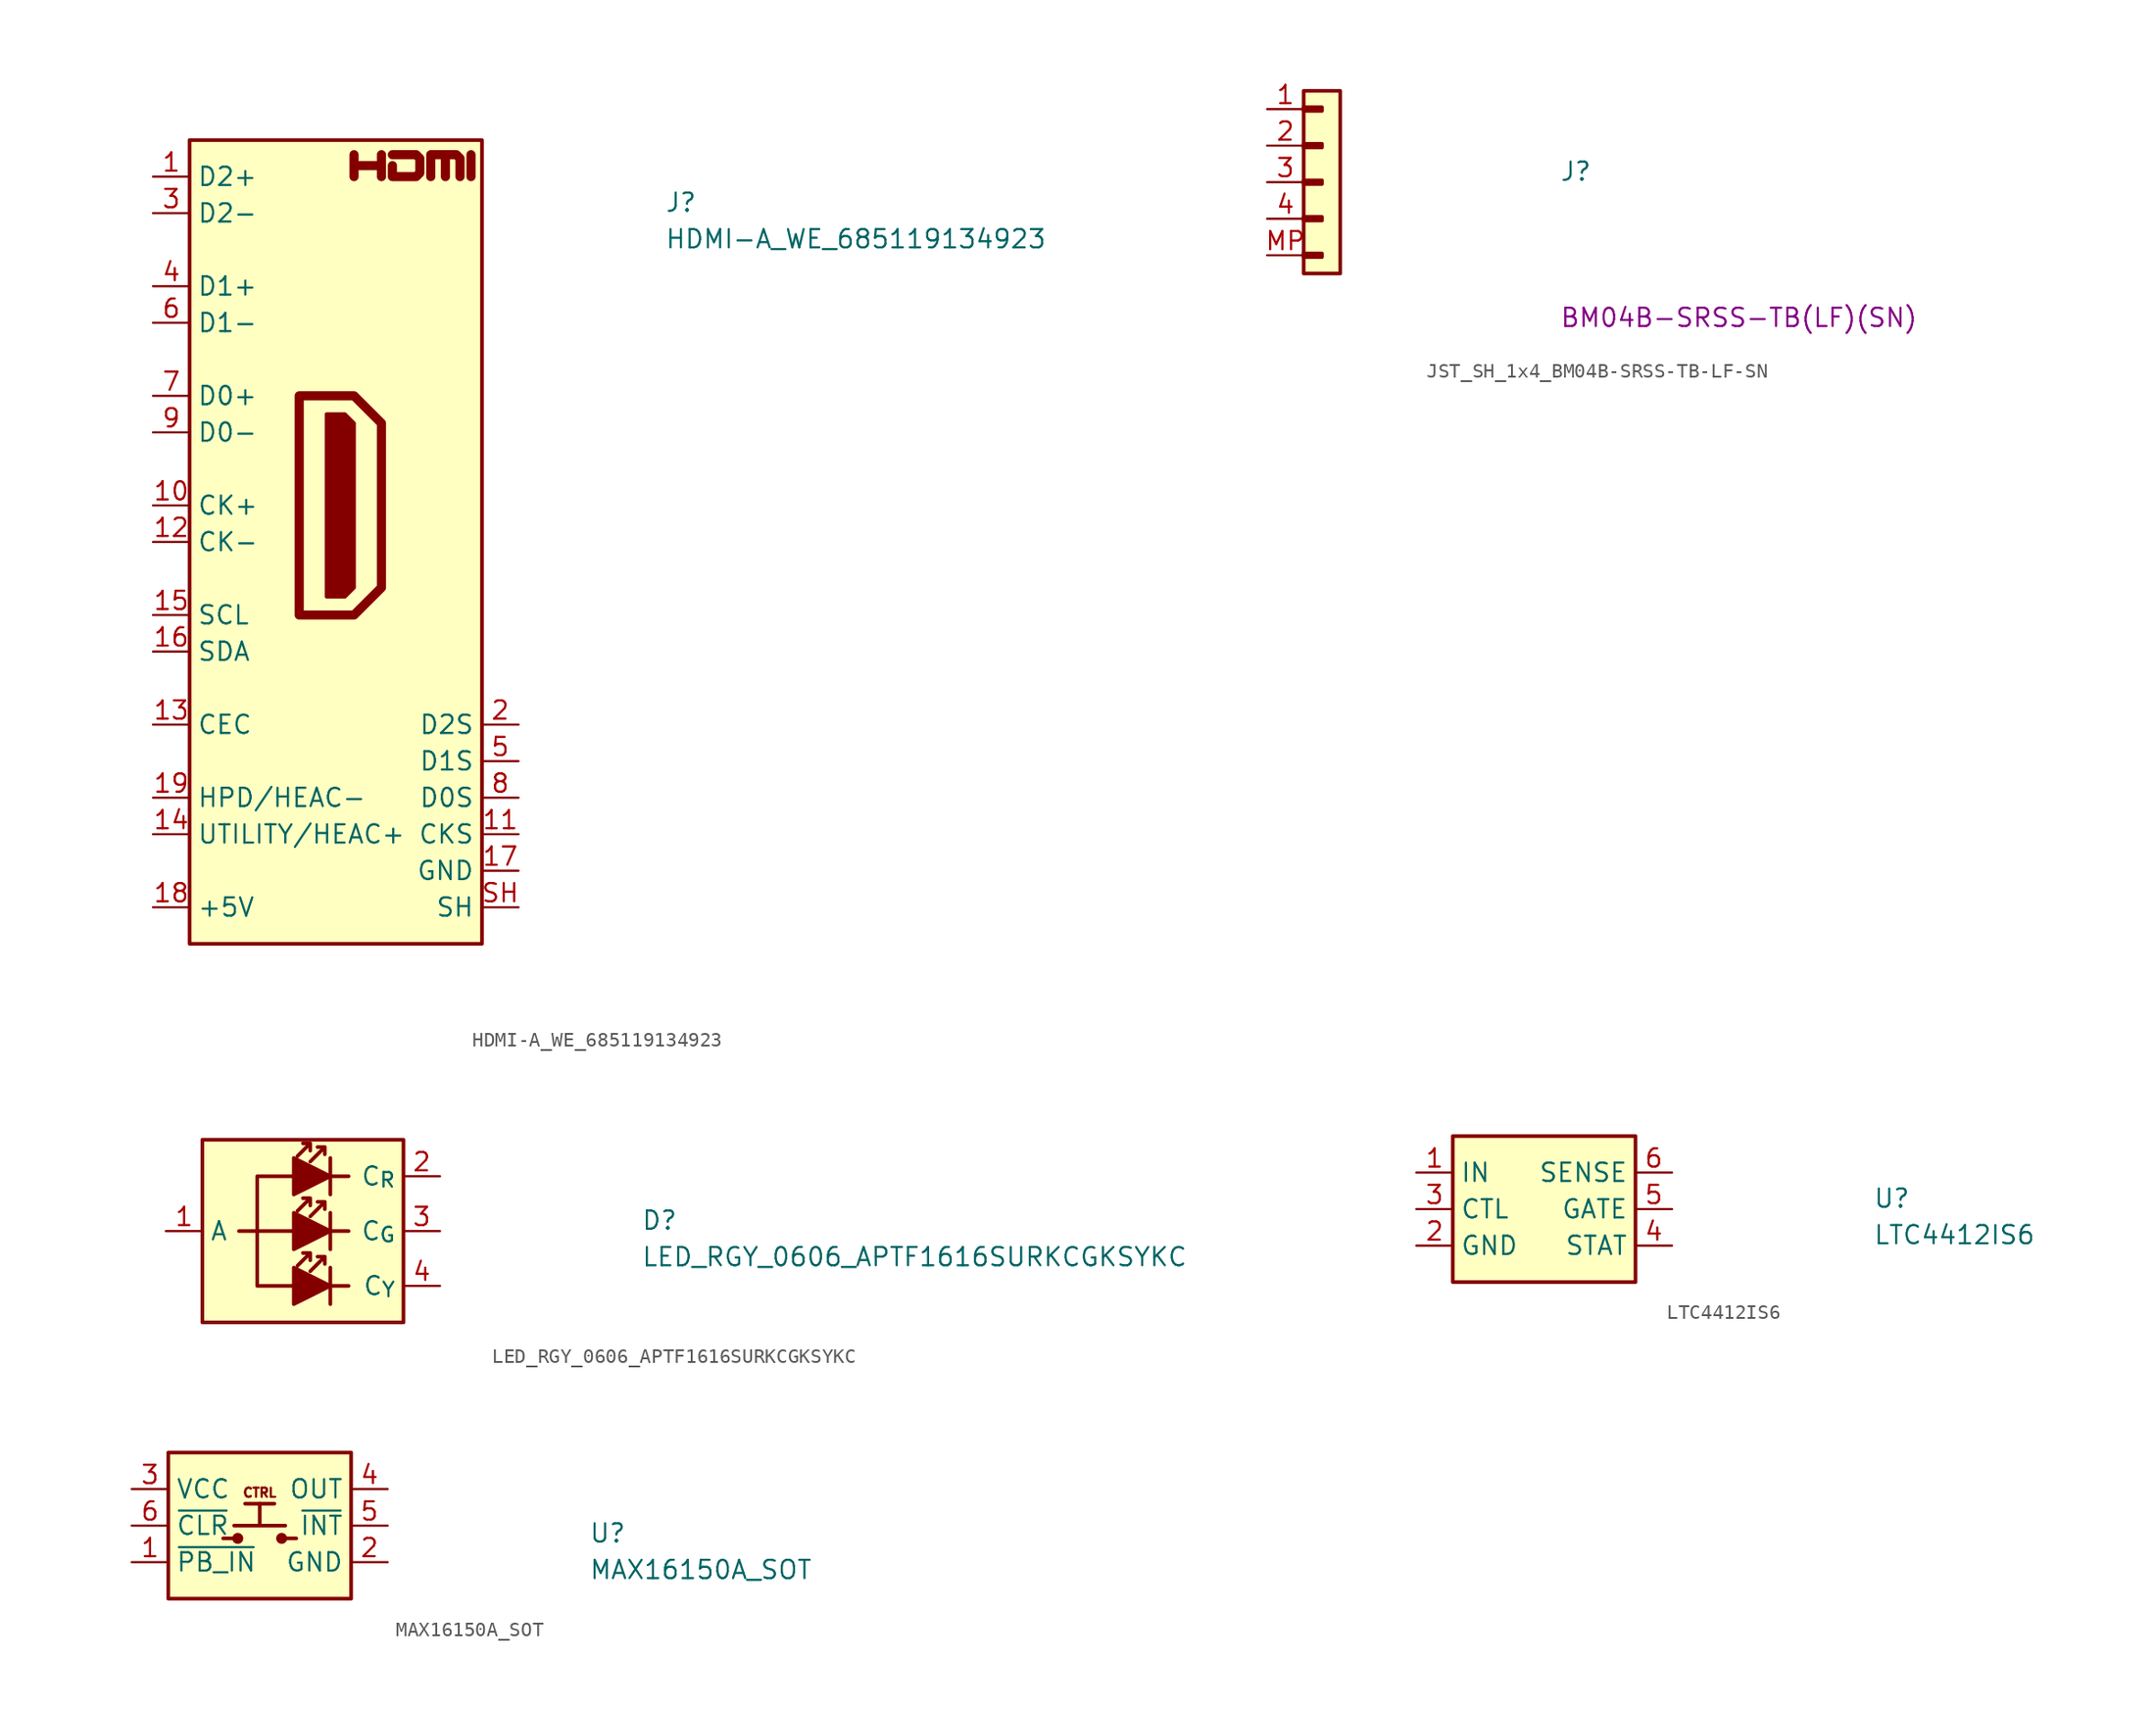
<source format=kicad_sym>
(kicad_symbol_lib
  (version 20211014)
  (generator kicad_symbol_editor)
  (symbol "HDMI-A_WE_685119134923"
    (property "Reference" "J"
      (at 35.56 -2.54 0)
      (effects (font (size 1.27 1.27) (thickness 0.15)) (justify left bottom)))
    (property "Value" "HDMI-A_WE_685119134923"
      (at 35.56 -5.08 0)
      (effects (font (size 1.27 1.27) (thickness 0.15)) (justify left bottom)))
    (symbol "HDMI-A_WE_685119134923_0_0"
      (polyline (pts (xy 22.098 0) (xy 22.098 1.524)) (stroke (width 0.635) (type default) (color 0 0 0 0)) (fill (type none)))
      (polyline (pts (xy 13.97 0) (xy 13.97 1.524) (xy 13.97 0.762) (xy 15.875 0.762) (xy 15.875 1.524) (xy 15.875 0)) (stroke (width 0.635) (type default) (color 0 0 0 0)) (fill (type none)))
      (polyline (pts (xy 16.637 1.524) (xy 18.288 1.524) (xy 18.542 1.27) (xy 18.542 0.254) (xy 18.288 0) (xy 16.637 0) (xy 16.637 0.762)) (stroke (width 0.635) (type default) (color 0 0 0 0)) (fill (type none))))
    (symbol "HDMI-A_WE_685119134923_0_1"
      (polyline (pts (xy 10.16 -15.24) (xy 13.97 -15.24) (xy 15.875 -17.145) (xy 15.875 -28.575) (xy 13.97 -30.48) (xy 10.16 -30.48) (xy 10.16 -15.24)) (stroke (width 0.635) (type default) (color 0 0 0 0)) (fill (type none)))
      (polyline (pts (xy 12.065 -16.51) (xy 13.335 -16.51) (xy 13.97 -17.145) (xy 13.97 -28.575) (xy 13.335 -29.21) (xy 12.065 -29.21) (xy 12.065 -16.51)) (stroke (width 0.254) (type default) (color 0 0 0 0)) (fill (type outline)))
      (polyline (pts (xy 19.304 0) (xy 19.304 1.524) (xy 20.32 1.524) (xy 20.32 0) (xy 20.32 1.524) (xy 21.082 1.524) (xy 21.336 1.27) (xy 21.336 0)) (stroke (width 0.635) (type default) (color 0 0 0 0)) (fill (type none))))
    (symbol "HDMI-A_WE_685119134923_1_1"
      (rectangle (start 2.54 2.54) (end 22.86 -53.34) (stroke (width 0.254) (type default) (color 0 0 0 0)) (fill (type background)))
      (pin bidirectional line (at 0 0 0) (length 2.54) (name "D2+" (effects (font (size 1.27 1.27)))) (number "1" (effects (font (size 1.27 1.27)))))
      (pin bidirectional line (at 0 -22.86 0) (length 2.54) (name "CK+" (effects (font (size 1.27 1.27)))) (number "10" (effects (font (size 1.27 1.27)))))
      (pin passive line (at 25.4 -45.72 180) (length 2.54) (name "CKS" (effects (font (size 1.27 1.27)))) (number "11" (effects (font (size 1.27 1.27)))))
      (pin bidirectional line (at 0 -25.4 0) (length 2.54) (name "CK-" (effects (font (size 1.27 1.27)))) (number "12" (effects (font (size 1.27 1.27)))))
      (pin bidirectional line (at 0 -38.1 0) (length 2.54) (name "CEC" (effects (font (size 1.27 1.27)))) (number "13" (effects (font (size 1.27 1.27)))))
      (pin bidirectional line (at 0 -45.72 0) (length 2.54) (name "UTILITY/HEAC+" (effects (font (size 1.27 1.27)))) (number "14" (effects (font (size 1.27 1.27)))) (alternate "HEAC+" passive line) (alternate "UTILITY" passive line))
      (pin bidirectional line (at 0 -30.48 0) (length 2.54) (name "SCL" (effects (font (size 1.27 1.27)))) (number "15" (effects (font (size 1.27 1.27)))))
      (pin bidirectional line (at 0 -33.02 0) (length 2.54) (name "SDA" (effects (font (size 1.27 1.27)))) (number "16" (effects (font (size 1.27 1.27)))))
      (pin power_in line (at 25.4 -48.26 180) (length 2.54) (name "GND" (effects (font (size 1.27 1.27)))) (number "17" (effects (font (size 1.27 1.27)))))
      (pin power_in line (at 0 -50.8 0) (length 2.54) (name "+5V" (effects (font (size 1.27 1.27)))) (number "18" (effects (font (size 1.27 1.27)))))
      (pin bidirectional line (at 0 -43.18 0) (length 2.54) (name "HPD/HEAC-" (effects (font (size 1.27 1.27)))) (number "19" (effects (font (size 1.27 1.27)))) (alternate "HEAC-" passive line) (alternate "HPD" passive line))
      (pin passive line (at 25.4 -38.1 180) (length 2.54) (name "D2S" (effects (font (size 1.27 1.27)))) (number "2" (effects (font (size 1.27 1.27)))))
      (pin bidirectional line (at 0 -2.54 0) (length 2.54) (name "D2-" (effects (font (size 1.27 1.27)))) (number "3" (effects (font (size 1.27 1.27)))))
      (pin bidirectional line (at 0 -7.62 0) (length 2.54) (name "D1+" (effects (font (size 1.27 1.27)))) (number "4" (effects (font (size 1.27 1.27)))))
      (pin passive line (at 25.4 -40.64 180) (length 2.54) (name "D1S" (effects (font (size 1.27 1.27)))) (number "5" (effects (font (size 1.27 1.27)))))
      (pin bidirectional line (at 0 -10.16 0) (length 2.54) (name "D1-" (effects (font (size 1.27 1.27)))) (number "6" (effects (font (size 1.27 1.27)))))
      (pin bidirectional line (at 0 -15.24 0) (length 2.54) (name "D0+" (effects (font (size 1.27 1.27)))) (number "7" (effects (font (size 1.27 1.27)))))
      (pin passive line (at 25.4 -43.18 180) (length 2.54) (name "D0S" (effects (font (size 1.27 1.27)))) (number "8" (effects (font (size 1.27 1.27)))))
      (pin bidirectional line (at 0 -17.78 0) (length 2.54) (name "D0-" (effects (font (size 1.27 1.27)))) (number "9" (effects (font (size 1.27 1.27)))))
      (pin passive line (at 25.4 -50.8 180) (length 2.54) (name "SH" (effects (font (size 1.27 1.27)))) (number "SH" (effects (font (size 1.27 1.27)))))))
  (symbol "JST_SH_1x4_BM04B-SRSS-TB-LF-SN"
    (pin_names hide)
    (property "Reference" "J"
      (at 20.32 -5.08 0)
      (effects (font (size 1.27 1.27) (thickness 0.15)) (justify left bottom)))
    (property "MPN" "BM04B-SRSS-TB(LF)(SN) "
      (at 20.32 -15.24 0)
      (effects (font (size 1.27 1.27) (thickness 0.15)) (justify left bottom)))
    (symbol "JST_SH_1x4_BM04B-SRSS-TB-LF-SN_1_1"
      (rectangle (start 2.54 -10.033) (end 3.81 -10.287) (stroke (width 0.254) (type default) (color 0 0 0 0)) (fill (type background)))
      (rectangle (start 2.54 -7.493) (end 3.81 -7.747) (stroke (width 0.254) (type default) (color 0 0 0 0)) (fill (type background)))
      (rectangle (start 2.54 -4.953) (end 3.81 -5.207) (stroke (width 0.254) (type default) (color 0 0 0 0)) (fill (type background)))
      (rectangle (start 2.54 -2.413) (end 3.81 -2.667) (stroke (width 0.254) (type default) (color 0 0 0 0)) (fill (type background)))
      (rectangle (start 2.54 0.127) (end 3.81 -0.127) (stroke (width 0.254) (type default) (color 0 0 0 0)) (fill (type background)))
      (rectangle (start 2.54 1.27) (end 5.08 -11.43) (stroke (width 0.254) (type default) (color 0 0 0 0)) (fill (type background)))
      (pin passive line (at 0 0 0) (length 2.54) (name "Pin_1" (effects (font (size 1.27 1.27)))) (number "1" (effects (font (size 1.27 1.27)))))
      (pin passive line (at 0 -2.54 0) (length 2.54) (name "Pin_2" (effects (font (size 1.27 1.27)))) (number "2" (effects (font (size 1.27 1.27)))))
      (pin passive line (at 0 -5.08 0) (length 2.54) (name "Pin_3" (effects (font (size 1.27 1.27)))) (number "3" (effects (font (size 1.27 1.27)))))
      (pin passive line (at 0 -7.62 0) (length 2.54) (name "Pin_4" (effects (font (size 1.27 1.27)))) (number "4" (effects (font (size 1.27 1.27)))))
      (pin passive line (at 0 -10.16 0) (length 2.54) (name "MP" (effects (font (size 1.27 1.27)))) (number "MP" (effects (font (size 1.27 1.27)))))))
  (symbol "LED_RGY_0606_APTF1616SURKCGKSYKC"
    (property "Reference" "D"
      (at 33.02 -3.81 0)
      (effects (font (size 1.27 1.27) (thickness 0.15)) (justify left bottom)))
    (property "Value" "LED_RGY_0606_APTF1616SURKCGKSYKC"
      (at 33.02 -6.35 0)
      (effects (font (size 1.27 1.27) (thickness 0.15)) (justify left bottom)))
    (symbol "LED_RGY_0606_APTF1616SURKCGKSYKC_1_1"
      (polyline (pts (xy 6.35 -3.81) (xy 5.08 -3.81)) (stroke (width 0.254) (type default) (color 0 0 0 0)) (fill (type none)))
      (polyline (pts (xy 11.43 -6.35) (xy 11.43 -8.89)) (stroke (width 0.254) (type default) (color 0 0 0 0)) (fill (type none)))
      (polyline (pts (xy 11.43 -2.54) (xy 11.43 -5.08)) (stroke (width 0.254) (type default) (color 0 0 0 0)) (fill (type none)))
      (polyline (pts (xy 11.43 1.27) (xy 11.43 -1.27)) (stroke (width 0.254) (type default) (color 0 0 0 0)) (fill (type none)))
      (polyline (pts (xy 12.7 -7.62) (xy 11.43 -7.62)) (stroke (width 0.254) (type default) (color 0 0 0 0)) (fill (type none)))
      (polyline (pts (xy 12.7 -3.81) (xy 11.43 -3.81)) (stroke (width 0.254) (type default) (color 0 0 0 0)) (fill (type none)))
      (polyline (pts (xy 12.7 0) (xy 11.43 0)) (stroke (width 0.254) (type default) (color 0 0 0 0)) (fill (type none)))
      (polyline (pts (xy 6.35 -3.81) (xy 6.35 -7.62) (xy 8.89 -7.62)) (stroke (width 0.254) (type default) (color 0 0 0 0)) (fill (type none)))
      (polyline (pts (xy 8.89 -6.35) (xy 8.89 -8.89) (xy 11.43 -7.62) (xy 8.89 -6.35)) (stroke (width 0.254) (type default) (color 0 0 0 0)) (fill (type outline)))
      (polyline (pts (xy 8.89 -3.81) (xy 6.35 -3.81) (xy 6.35 0) (xy 8.89 0)) (stroke (width 0.254) (type default) (color 0 0 0 0)) (fill (type none)))
      (polyline (pts (xy 8.89 -2.54) (xy 8.89 -5.08) (xy 11.43 -3.81) (xy 8.89 -2.54)) (stroke (width 0.254) (type default) (color 0 0 0 0)) (fill (type outline)))
      (polyline (pts (xy 8.89 1.27) (xy 8.89 -1.27) (xy 11.43 0) (xy 8.89 1.27)) (stroke (width 0.254) (type default) (color 0 0 0 0)) (fill (type outline)))
      (polyline (pts (xy 10.033 -5.334) (xy 10.033 -5.842) (xy 10.033 -5.334) (xy 9.525 -5.334) (xy 10.033 -5.334) (xy 9.144 -6.223)) (stroke (width 0.254) (type default) (color 0 0 0 0)) (fill (type none)))
      (polyline (pts (xy 10.033 -1.524) (xy 10.033 -2.032) (xy 10.033 -1.524) (xy 9.525 -1.524) (xy 10.033 -1.524) (xy 9.144 -2.413)) (stroke (width 0.254) (type default) (color 0 0 0 0)) (fill (type none)))
      (polyline (pts (xy 10.033 2.286) (xy 10.033 1.778) (xy 10.033 2.286) (xy 9.525 2.286) (xy 10.033 2.286) (xy 9.144 1.397)) (stroke (width 0.254) (type default) (color 0 0 0 0)) (fill (type none)))
      (polyline (pts (xy 11.049 -5.588) (xy 11.049 -6.096) (xy 11.049 -5.588) (xy 10.541 -5.588) (xy 11.049 -5.588) (xy 10.033 -6.604)) (stroke (width 0.254) (type default) (color 0 0 0 0)) (fill (type none)))
      (polyline (pts (xy 11.049 -1.778) (xy 11.049 -2.286) (xy 11.049 -1.778) (xy 10.541 -1.778) (xy 11.049 -1.778) (xy 10.033 -2.794)) (stroke (width 0.254) (type default) (color 0 0 0 0)) (fill (type none)))
      (polyline (pts (xy 11.049 2.032) (xy 11.049 1.524) (xy 11.049 2.032) (xy 10.541 2.032) (xy 11.049 2.032) (xy 10.033 1.016)) (stroke (width 0.254) (type default) (color 0 0 0 0)) (fill (type none)))
      (rectangle (start 16.51 2.54) (end 2.54 -10.16) (stroke (width 0.254) (type default) (color 0 0 0 0)) (fill (type background)))
      (pin passive line (at 0 -3.81 0) (length 2.54) (name "A" (effects (font (size 1.27 1.27)))) (number "1" (effects (font (size 1.27 1.27)))))
      (pin passive line (at 19.05 0 180) (length 2.54) (name "C_{R}" (effects (font (size 1.27 1.27)))) (number "2" (effects (font (size 1.27 1.27)))))
      (pin passive line (at 19.05 -3.81 180) (length 2.54) (name "C_{G}" (effects (font (size 1.27 1.27)))) (number "3" (effects (font (size 1.27 1.27)))))
      (pin passive line (at 19.05 -7.62 180) (length 2.54) (name "C_{Y}" (effects (font (size 1.27 1.27)))) (number "4" (effects (font (size 1.27 1.27)))))))
  (symbol "LTC4412IS6"
    (property "Reference" "U"
      (at 31.75 -2.54 0)
      (effects (font (size 1.27 1.27) (thickness 0.15)) (justify left bottom)))
    (property "Value" "LTC4412IS6"
      (at 31.75 -5.08 0)
      (effects (font (size 1.27 1.27) (thickness 0.15)) (justify left bottom)))
    (property "ki_keywords" "SMT, CONTROLLER, IC, DIODE"
      (at 0 0 0))
    (symbol "LTC4412IS6_1_1"
      (rectangle (start 2.54 2.54) (end 15.24 -7.62) (stroke (width 0.254) (type default) (color 0 0 0 0)) (fill (type background)))
      (pin power_in line (at 0 0 0) (length 2.54) (name "IN" (effects (font (size 1.27 1.27)))) (number "1" (effects (font (size 1.27 1.27)))))
      (pin power_in line (at 0 -5.08 0) (length 2.54) (name "GND" (effects (font (size 1.27 1.27)))) (number "2" (effects (font (size 1.27 1.27)))))
      (pin input line (at 0 -2.54 0) (length 2.54) (name "CTL" (effects (font (size 1.27 1.27)))) (number "3" (effects (font (size 1.27 1.27)))))
      (pin output line (at 17.78 -5.08 180) (length 2.54) (name "STAT" (effects (font (size 1.27 1.27)))) (number "4" (effects (font (size 1.27 1.27)))))
      (pin output line (at 17.78 -2.54 180) (length 2.54) (name "GATE" (effects (font (size 1.27 1.27)))) (number "5" (effects (font (size 1.27 1.27)))))
      (pin input line (at 17.78 0 180) (length 2.54) (name "SENSE" (effects (font (size 1.27 1.27)))) (number "6" (effects (font (size 1.27 1.27)))))))
  (symbol "MAX16150A_SOT"
    (property "Reference" "U"
      (at 31.75 -3.81 0)
      (effects (font (size 1.27 1.27) (thickness 0.15)) (justify left bottom)))
    (property "Value" "MAX16150A_SOT"
      (at 31.75 -6.35 0)
      (effects (font (size 1.27 1.27) (thickness 0.15)) (justify left bottom)))
    (symbol "MAX16150A_SOT_0_0"
      (text "CTRL" (at 8.89 -0.254 0) (effects (font (size 0.635 0.635)))))
    (symbol "MAX16150A_SOT_1_1"
      (polyline (pts (xy 6.35 -3.429) (xy 7.112 -3.429)) (stroke (width 0.254) (type default) (color 0 0 0 0)) (fill (type background)))
      (polyline (pts (xy 7.112 -2.54) (xy 10.668 -2.54)) (stroke (width 0.254) (type default) (color 0 0 0 0)) (fill (type background)))
      (polyline (pts (xy 7.874 -1.016) (xy 9.906 -1.016)) (stroke (width 0.254) (type default) (color 0 0 0 0)) (fill (type background)))
      (polyline (pts (xy 8.89 -2.54) (xy 8.89 -1.016)) (stroke (width 0.254) (type default) (color 0 0 0 0)) (fill (type background)))
      (polyline (pts (xy 11.43 -3.429) (xy 10.668 -3.429)) (stroke (width 0.254) (type default) (color 0 0 0 0)) (fill (type background)))
      (rectangle (start 2.54 2.54) (end 15.24 -7.62) (stroke (width 0.254) (type default) (color 0 0 0 0)) (fill (type background)))
      (circle (center 7.366 -3.429) (radius 0.254) (stroke (width 0.254) (type default) (color 0 0 0 0)) (fill (type outline)))
      (circle (center 10.414 -3.429) (radius 0.254) (stroke (width 0.254) (type default) (color 0 0 0 0)) (fill (type outline)))
      (pin input line (at 0 -5.08 0) (length 2.54) (name "~{PB_IN}" (effects (font (size 1.27 1.27)))) (number "1" (effects (font (size 1.27 1.27)))))
      (pin power_in line (at 17.78 -5.08 180) (length 2.54) (name "GND" (effects (font (size 1.27 1.27)))) (number "2" (effects (font (size 1.27 1.27)))))
      (pin power_in line (at 0 0 0) (length 2.54) (name "VCC" (effects (font (size 1.27 1.27)))) (number "3" (effects (font (size 1.27 1.27)))))
      (pin output line (at 17.78 0 180) (length 2.54) (name "OUT" (effects (font (size 1.27 1.27)))) (number "4" (effects (font (size 1.27 1.27)))))
      (pin output line (at 17.78 -2.54 180) (length 2.54) (name "~{INT}" (effects (font (size 1.27 1.27)))) (number "5" (effects (font (size 1.27 1.27)))))
      (pin input line (at 0 -2.54 0) (length 2.54) (name "~{CLR}" (effects (font (size 1.27 1.27)))) (number "6" (effects (font (size 1.27 1.27))))))))
</source>
